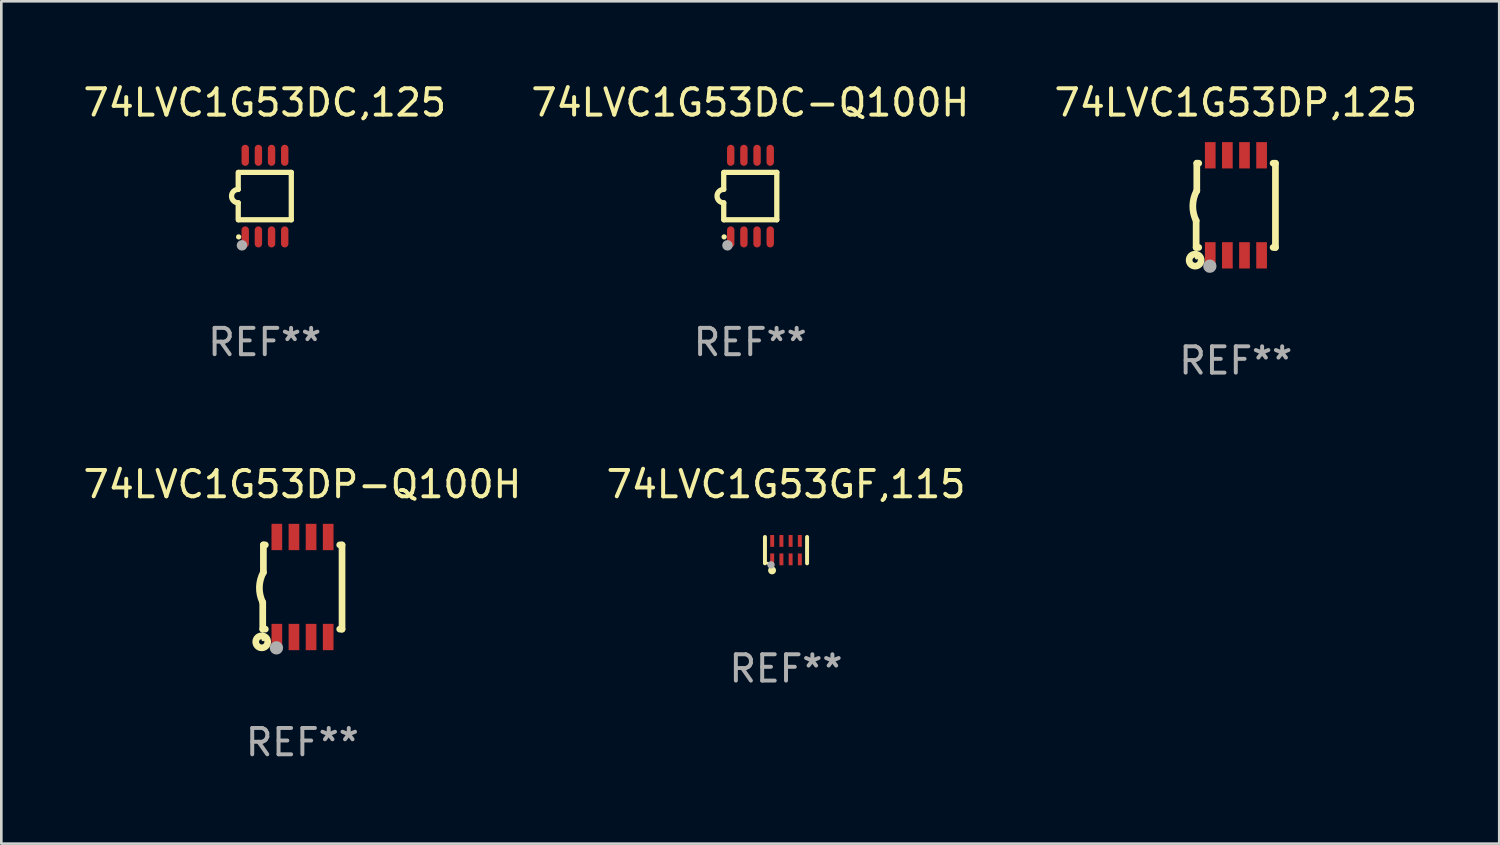
<source format=kicad_pcb>
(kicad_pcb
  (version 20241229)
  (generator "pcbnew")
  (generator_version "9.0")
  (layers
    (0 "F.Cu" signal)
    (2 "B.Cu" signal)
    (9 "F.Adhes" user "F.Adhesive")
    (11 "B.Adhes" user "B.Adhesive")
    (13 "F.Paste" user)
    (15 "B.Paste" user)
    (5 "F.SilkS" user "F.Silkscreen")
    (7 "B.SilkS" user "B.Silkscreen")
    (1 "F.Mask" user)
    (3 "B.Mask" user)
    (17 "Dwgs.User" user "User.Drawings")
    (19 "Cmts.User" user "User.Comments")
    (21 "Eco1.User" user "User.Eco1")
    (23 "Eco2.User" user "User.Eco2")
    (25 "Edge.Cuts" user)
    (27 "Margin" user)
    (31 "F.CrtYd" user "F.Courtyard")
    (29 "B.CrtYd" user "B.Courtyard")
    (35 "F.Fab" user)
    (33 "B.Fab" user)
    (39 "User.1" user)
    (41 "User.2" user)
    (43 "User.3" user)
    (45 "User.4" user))
  (footprint "74LVC1G53DP,125"
    (layer "F.Cu")
    (at 43.887 4.748)
    (property "Reference" "74LVC1G53DP,125" (at 0 -3.9 0) (layer "F.SilkS") (effects (font (size 1 1) (thickness 0.15))))
    (attr through_hole)
    (fp_line (start -1.506 1.6) (end -1.506 0.584) (stroke (width 0.254) (type solid)) (layer "F.SilkS"))
    (fp_line (start -1.506 1.6) (end -1.407 1.6) (stroke (width 0.254) (type solid)) (layer "F.SilkS"))
    (fp_line (start -1.481 -1.599) (end -1.481 -0.549) (stroke (width 0.254) (type solid)) (layer "F.SilkS"))
    (fp_line (start -1.481 -1.599) (end -1.407 -1.599) (stroke (width 0.254) (type solid)) (layer "F.SilkS"))
    (fp_line (start 1.417 -1.599) (end 1.506 -1.599) (stroke (width 0.254) (type solid)) (layer "F.SilkS"))
    (fp_line (start 1.417 1.6) (end 1.506 1.6) (stroke (width 0.254) (type solid)) (layer "F.SilkS"))
    (fp_line (start 1.506 1.603) (end 1.506 -1.595) (stroke (width 0.254) (type solid)) (layer "F.SilkS"))
    (fp_arc (start -1.506223 0.584328) (mid -1.632455 0.00974) (end -1.480823 -0.558674) (stroke (width 0.254001) (type solid)) (layer "F.SilkS"))
    (fp_circle (center -1.544 2.083) (end -1.443 2.083) (stroke (width 0.254) (type solid)) (fill no) (layer "F.SilkS"))
    (fp_circle (center -1.495 2) (end -1.465 2) (stroke (width 0.06) (type solid)) (fill no) (layer "F.SilkS"))
    (fp_circle (center -0.986 2.312) (end -0.859 2.312) (stroke (width 0.254) (type solid)) (fill no) (layer "F.Fab"))
    (fp_text user "REF**" (at 0 5.9 0) (layer "F.Fab") (effects (font (size 1 1) (thickness 0.15))))
    (pad "1" smd rect (at -0.97 1.9 90) (size 1 0.406) (layers "F.Cu" "F.Mask" "F.Paste"))
    (pad "2" smd rect (at -0.32 1.9 90) (size 1 0.406) (layers "F.Cu" "F.Mask" "F.Paste"))
    (pad "3" smd rect (at 0.33 1.9 90) (size 1 0.406) (layers "F.Cu" "F.Mask" "F.Paste"))
    (pad "4" smd rect (at 0.98 1.9 90) (size 1 0.406) (layers "F.Cu" "F.Mask" "F.Paste"))
    (pad "5" smd rect (at 0.98 -1.9 90) (size 1 0.406) (layers "F.Cu" "F.Mask" "F.Paste"))
    (pad "6" smd rect (at 0.33 -1.9 90) (size 1 0.406) (layers "F.Cu" "F.Mask" "F.Paste"))
    (pad "7" smd rect (at -0.32 -1.9 90) (size 1 0.406) (layers "F.Cu" "F.Mask" "F.Paste"))
    (pad "8" smd rect (at -0.97 -1.9 90) (size 1 0.406) (layers "F.Cu" "F.Mask" "F.Paste")))
  (footprint "74LVC1G53DC-Q100H"
    (layer "F.Cu")
    (at 25.446 4.398)
    (property "Reference" "74LVC1G53DC-Q100H" (at 0 -3.55 0) (layer "F.SilkS") (effects (font (size 1 1) (thickness 0.15))))
    (attr through_hole)
    (fp_line (start -1.008 -0.254) (end -1.008 -0.9) (stroke (width 0.2) (type solid)) (layer "F.SilkS"))
    (fp_line (start -1.008 0.254) (end -1.008 0.9) (stroke (width 0.2) (type solid)) (layer "F.SilkS"))
    (fp_line (start -0.992 0.9) (end 1.008 0.9) (stroke (width 0.2) (type solid)) (layer "F.SilkS"))
    (fp_line (start 1.008 -0.9) (end -0.992 -0.9) (stroke (width 0.2) (type solid)) (layer "F.SilkS"))
    (fp_line (start 1.008 0.9) (end 1.008 -0.9) (stroke (width 0.2) (type solid)) (layer "F.SilkS"))
    (fp_arc (start -1.008001 0.254001) (mid -1.262002 0) (end -1.008001 -0.254001) (stroke (width 0.2) (type solid)) (layer "F.SilkS"))
    (fp_circle (center -0.992 1.55) (end -0.942 1.55) (stroke (width 0.1) (type solid)) (fill no) (layer "F.SilkS"))
    (fp_circle (center -0.866 1.87) (end -0.766 1.87) (stroke (width 0.2) (type solid)) (fill no) (layer "F.Fab"))
    (fp_text user "REF**" (at 0 5.55 0) (layer "F.Fab") (effects (font (size 1 1) (thickness 0.15))))
    (pad "1" smd oval (at -0.742 1.55 270) (size 0.8 0.28) (layers "F.Cu" "F.Mask" "F.Paste"))
    (pad "2" smd oval (at -0.242 1.55 270) (size 0.8 0.28) (layers "F.Cu" "F.Mask" "F.Paste"))
    (pad "3" smd oval (at 0.258 1.55 270) (size 0.8 0.28) (layers "F.Cu" "F.Mask" "F.Paste"))
    (pad "4" smd oval (at 0.758 1.55 270) (size 0.8 0.28) (layers "F.Cu" "F.Mask" "F.Paste"))
    (pad "5" smd oval (at 0.758 -1.55 270) (size 0.8 0.28) (layers "F.Cu" "F.Mask" "F.Paste"))
    (pad "6" smd oval (at 0.258 -1.55 270) (size 0.8 0.28) (layers "F.Cu" "F.Mask" "F.Paste"))
    (pad "7" smd oval (at -0.242 -1.55 270) (size 0.8 0.28) (layers "F.Cu" "F.Mask" "F.Paste"))
    (pad "8" smd oval (at -0.742 -1.55 270) (size 0.8 0.28) (layers "F.Cu" "F.Mask" "F.Paste")))
  (footprint "74LVC1G53DP-Q100H"
    (layer "F.Cu")
    (at 8.435 19.245)
    (property "Reference" "74LVC1G53DP-Q100H" (at 0 -3.9 0) (layer "F.SilkS") (effects (font (size 1 1) (thickness 0.15))))
    (attr through_hole)
    (fp_line (start -1.506 1.6) (end -1.506 0.584) (stroke (width 0.254) (type solid)) (layer "F.SilkS"))
    (fp_line (start -1.506 1.6) (end -1.407 1.6) (stroke (width 0.254) (type solid)) (layer "F.SilkS"))
    (fp_line (start -1.481 -1.599) (end -1.481 -0.549) (stroke (width 0.254) (type solid)) (layer "F.SilkS"))
    (fp_line (start -1.481 -1.599) (end -1.407 -1.599) (stroke (width 0.254) (type solid)) (layer "F.SilkS"))
    (fp_line (start 1.417 -1.599) (end 1.506 -1.599) (stroke (width 0.254) (type solid)) (layer "F.SilkS"))
    (fp_line (start 1.417 1.6) (end 1.506 1.6) (stroke (width 0.254) (type solid)) (layer "F.SilkS"))
    (fp_line (start 1.506 1.603) (end 1.506 -1.595) (stroke (width 0.254) (type solid)) (layer "F.SilkS"))
    (fp_arc (start -1.506223 0.584328) (mid -1.632455 0.00974) (end -1.480823 -0.558674) (stroke (width 0.254001) (type solid)) (layer "F.SilkS"))
    (fp_circle (center -1.544 2.083) (end -1.443 2.083) (stroke (width 0.254) (type solid)) (fill no) (layer "F.SilkS"))
    (fp_circle (center -1.495 2) (end -1.465 2) (stroke (width 0.06) (type solid)) (fill no) (layer "F.SilkS"))
    (fp_circle (center -0.986 2.312) (end -0.859 2.312) (stroke (width 0.254) (type solid)) (fill no) (layer "F.Fab"))
    (fp_text user "REF**" (at 0 5.9 0) (layer "F.Fab") (effects (font (size 1 1) (thickness 0.15))))
    (pad "1" smd rect (at -0.97 1.9 90) (size 1 0.406) (layers "F.Cu" "F.Mask" "F.Paste"))
    (pad "2" smd rect (at -0.32 1.9 90) (size 1 0.406) (layers "F.Cu" "F.Mask" "F.Paste"))
    (pad "3" smd rect (at 0.33 1.9 90) (size 1 0.406) (layers "F.Cu" "F.Mask" "F.Paste"))
    (pad "4" smd rect (at 0.98 1.9 90) (size 1 0.406) (layers "F.Cu" "F.Mask" "F.Paste"))
    (pad "5" smd rect (at 0.98 -1.9 90) (size 1 0.406) (layers "F.Cu" "F.Mask" "F.Paste"))
    (pad "6" smd rect (at 0.33 -1.9 90) (size 1 0.406) (layers "F.Cu" "F.Mask" "F.Paste"))
    (pad "7" smd rect (at -0.32 -1.9 90) (size 1 0.406) (layers "F.Cu" "F.Mask" "F.Paste"))
    (pad "8" smd rect (at -0.97 -1.9 90) (size 1 0.406) (layers "F.Cu" "F.Mask" "F.Paste")))
  (footprint "74LVC1G53DC,125"
    (layer "F.Cu")
    (at 7.006 4.398)
    (property "Reference" "74LVC1G53DC,125" (at 0 -3.55 0) (layer "F.SilkS") (effects (font (size 1 1) (thickness 0.15))))
    (attr through_hole)
    (fp_line (start -1.008 -0.254) (end -1.008 -0.9) (stroke (width 0.2) (type solid)) (layer "F.SilkS"))
    (fp_line (start -1.008 0.254) (end -1.008 0.9) (stroke (width 0.2) (type solid)) (layer "F.SilkS"))
    (fp_line (start -0.992 0.9) (end 1.008 0.9) (stroke (width 0.2) (type solid)) (layer "F.SilkS"))
    (fp_line (start 1.008 -0.9) (end -0.992 -0.9) (stroke (width 0.2) (type solid)) (layer "F.SilkS"))
    (fp_line (start 1.008 0.9) (end 1.008 -0.9) (stroke (width 0.2) (type solid)) (layer "F.SilkS"))
    (fp_arc (start -1.008001 0.254001) (mid -1.262002 0) (end -1.008001 -0.254001) (stroke (width 0.2) (type solid)) (layer "F.SilkS"))
    (fp_circle (center -0.992 1.55) (end -0.942 1.55) (stroke (width 0.1) (type solid)) (fill no) (layer "F.SilkS"))
    (fp_circle (center -0.866 1.87) (end -0.766 1.87) (stroke (width 0.2) (type solid)) (fill no) (layer "F.Fab"))
    (fp_text user "REF**" (at 0 5.55 0) (layer "F.Fab") (effects (font (size 1 1) (thickness 0.15))))
    (pad "1" smd oval (at -0.742 1.55 270) (size 0.8 0.28) (layers "F.Cu" "F.Mask" "F.Paste"))
    (pad "2" smd oval (at -0.242 1.55 270) (size 0.8 0.28) (layers "F.Cu" "F.Mask" "F.Paste"))
    (pad "3" smd oval (at 0.258 1.55 270) (size 0.8 0.28) (layers "F.Cu" "F.Mask" "F.Paste"))
    (pad "4" smd oval (at 0.758 1.55 270) (size 0.8 0.28) (layers "F.Cu" "F.Mask" "F.Paste"))
    (pad "5" smd oval (at 0.758 -1.55 270) (size 0.8 0.28) (layers "F.Cu" "F.Mask" "F.Paste"))
    (pad "6" smd oval (at 0.258 -1.55 270) (size 0.8 0.28) (layers "F.Cu" "F.Mask" "F.Paste"))
    (pad "7" smd oval (at -0.242 -1.55 270) (size 0.8 0.28) (layers "F.Cu" "F.Mask" "F.Paste"))
    (pad "8" smd oval (at -0.742 -1.55 270) (size 0.8 0.28) (layers "F.Cu" "F.Mask" "F.Paste")))
  (footprint "74LVC1G53GF,115"
    (layer "F.Cu")
    (at 26.804 17.845)
    (property "Reference" "74LVC1G53GF,115" (at 0 -2.5 0) (layer "F.SilkS") (effects (font (size 1 1) (thickness 0.15))))
    (attr through_hole)
    (fp_line (start -0.8 -0.5) (end -0.8 0.5) (stroke (width 0.15) (type solid)) (layer "F.SilkS"))
    (fp_line (start 0.8 -0.5) (end 0.8 0.5) (stroke (width 0.15) (type solid)) (layer "F.SilkS"))
    (fp_circle (center -0.7 0.5) (end -0.67 0.5) (stroke (width 0.06) (type solid)) (fill no) (layer "F.SilkS"))
    (fp_circle (center -0.53 0.77) (end -0.454 0.77) (stroke (width 0.15) (type solid)) (fill no) (layer "F.SilkS"))
    (fp_circle (center -0.57 0.56) (end -0.5 0.56) (stroke (width 0.14) (type solid)) (fill no) (layer "F.Fab"))
    (fp_text user "REF**" (at 0 4.5 0) (layer "F.Fab") (effects (font (size 1 1) (thickness 0.15))))
    (pad "1" smd rect (at -0.525 0.35) (size 0.15 0.45) (layers "F.Cu" "F.Mask" "F.Paste"))
    (pad "2" smd rect (at -0.175 0.35) (size 0.15 0.45) (layers "F.Cu" "F.Mask" "F.Paste"))
    (pad "3" smd rect (at 0.175 0.35) (size 0.15 0.45) (layers "F.Cu" "F.Mask" "F.Paste"))
    (pad "4" smd rect (at 0.525 0.35) (size 0.15 0.45) (layers "F.Cu" "F.Mask" "F.Paste"))
    (pad "5" smd rect (at 0.525 -0.35) (size 0.15 0.45) (layers "F.Cu" "F.Mask" "F.Paste"))
    (pad "6" smd rect (at 0.175 -0.35) (size 0.15 0.45) (layers "F.Cu" "F.Mask" "F.Paste"))
    (pad "7" smd rect (at -0.175 -0.35) (size 0.15 0.45) (layers "F.Cu" "F.Mask" "F.Paste"))
    (pad "8" smd rect (at -0.525 -0.35) (size 0.15 0.45) (layers "F.Cu" "F.Mask" "F.Paste")))
  (gr_rect
    (start -3 -3)
    (end 53.893 28.993)
    (stroke (width 0.1) (type default))
    (fill no)
    (layer "Edge.Cuts")))
</source>
